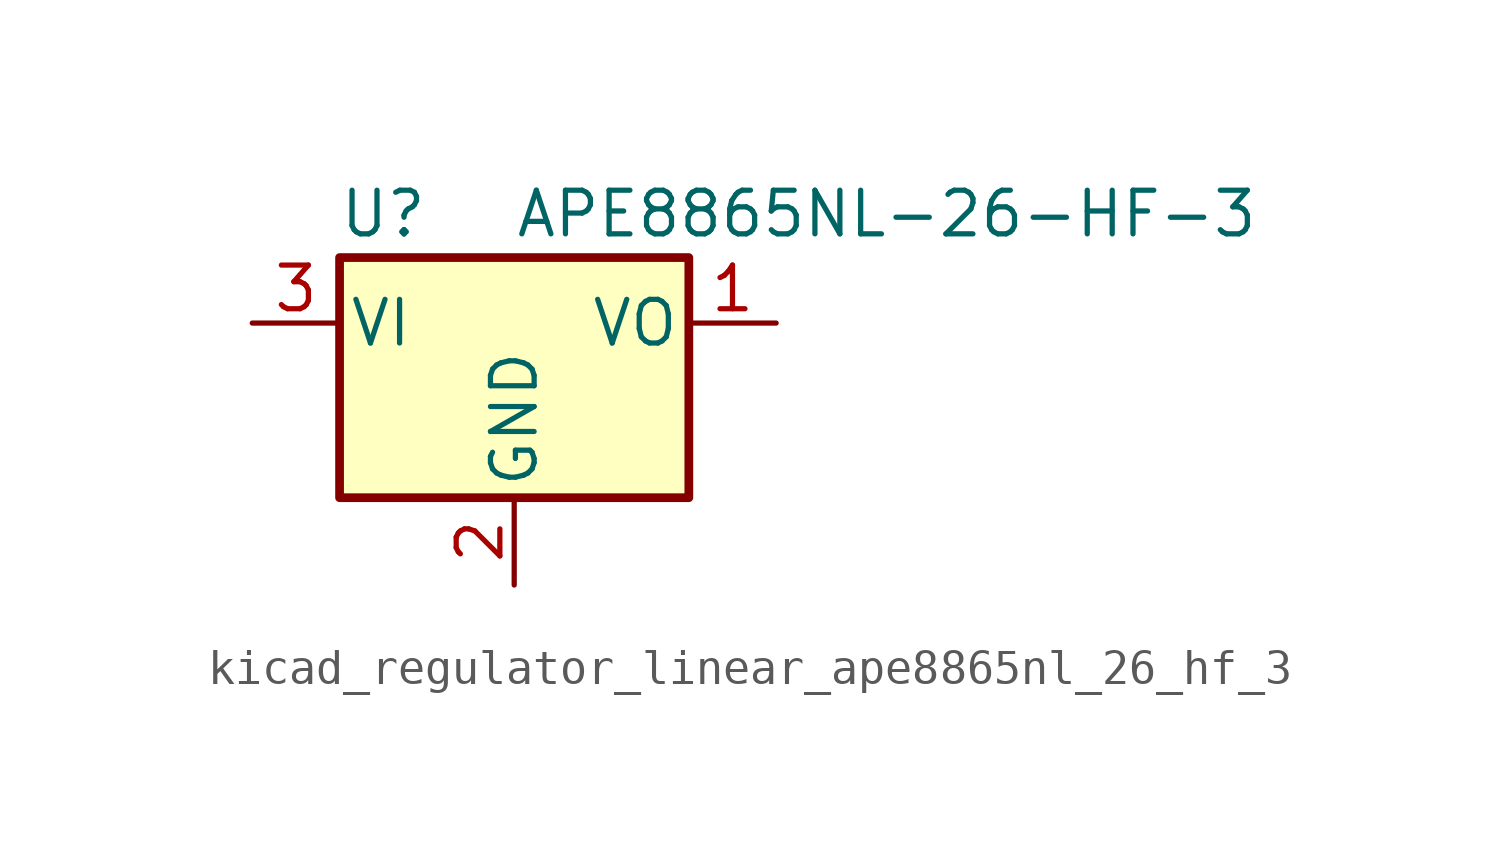
<source format=kicad_sym>
(kicad_symbol_lib
  (version 20220914)
  (generator kicad_symbol_editor)
  (symbol "kicad_regulator_linear_ape8865nl_26_hf_3"
    (pin_names
      (offset 0.254))
    (property "Reference" "U"
      (at -3.81 3.175 0)
      (effects (font (size 1.27 1.27))))
    (property "Value" "APE8865NL-26-HF-3"
      (at 0 3.175 0)
      (effects (font (size 1.27 1.27)) (justify left)))
    (symbol "kicad_regulator_linear_ape8865nl_26_hf_3_0_1"
      (rectangle (start -5.08 1.905) (end 5.08 -5.08) (stroke (width 0.254) (type default)) (fill (type background))))
    (symbol "kicad_regulator_linear_ape8865nl_26_hf_3_1_1"
      (pin power_out line (at 7.62 0 180) (length 2.54) (name "VO" (effects (font (size 1.27 1.27)))) (number "1" (effects (font (size 1.27 1.27)))))
      (pin power_in line (at 0 -7.62 90) (length 2.54) (name "GND" (effects (font (size 1.27 1.27)))) (number "2" (effects (font (size 1.27 1.27)))))
      (pin power_in line (at -7.62 0 0) (length 2.54) (name "VI" (effects (font (size 1.27 1.27)))) (number "3" (effects (font (size 1.27 1.27))))))))
</source>
